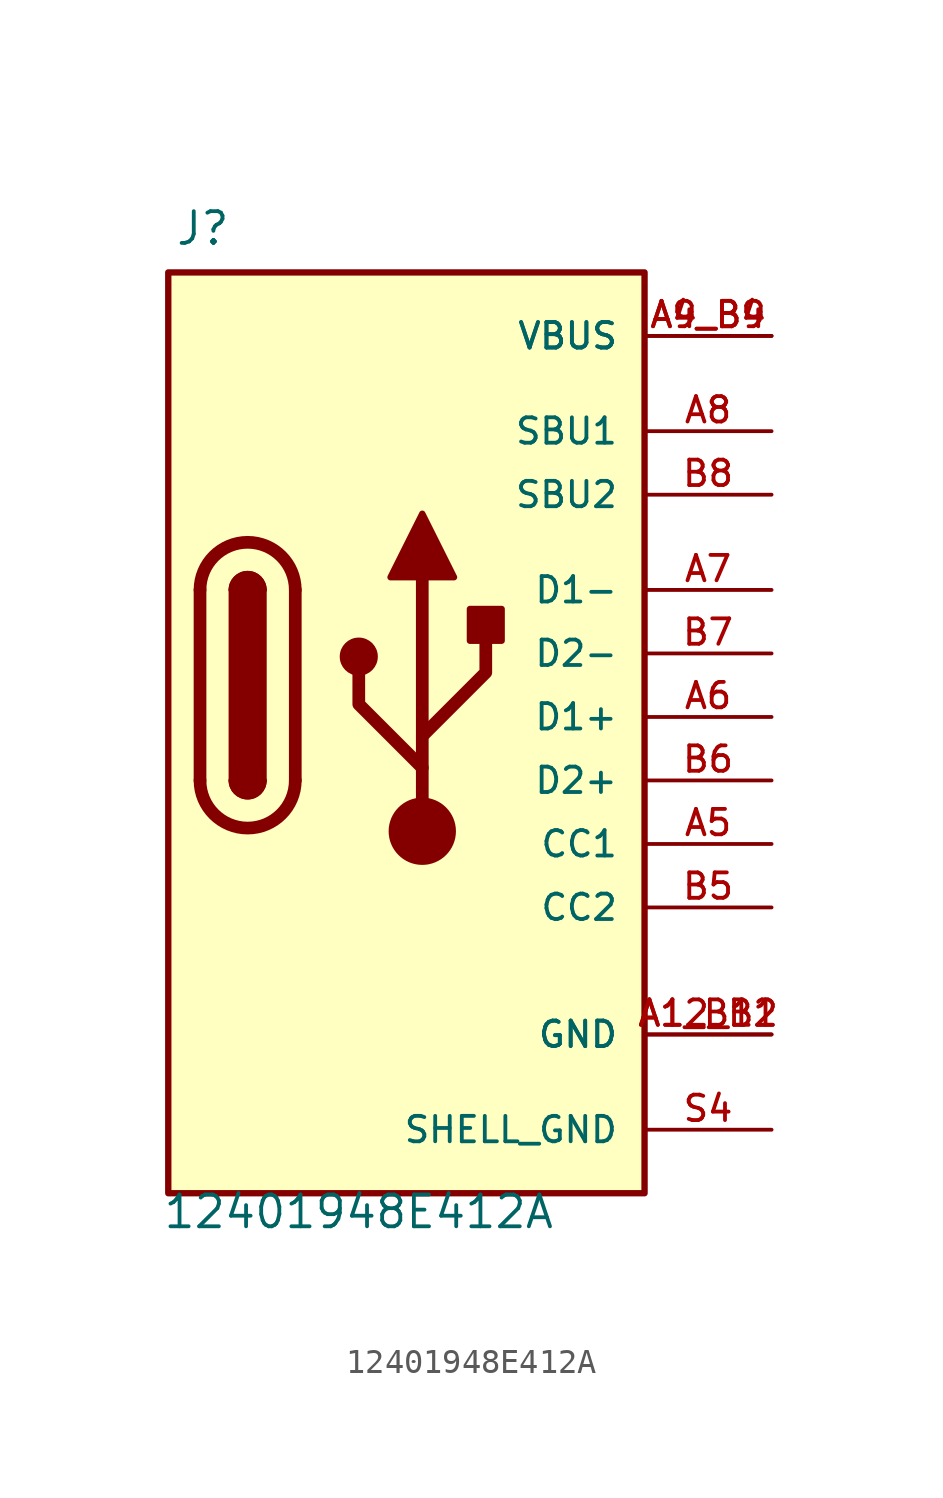
<source format=kicad_sym>
(kicad_symbol_lib
  (version 20231120)
  (generator "kicad_symbol_editor")
  (generator_version "8.0")
  (symbol "12401948E412A"
    (pin_names
      (offset 1.016))
    (property "Reference" "J"
      (at -12.446 21.336 0)
      (effects (font (size 1.27 1.27)) (justify left bottom)))
    (property "Value" "12401948E412A"
      (at -12.954 -16.51 0)
      (effects (font (size 1.27 1.27)) (justify left top)))
    (symbol "12401948E412A_0_0"
      (rectangle (start -12.7 20.32) (end 6.35 -16.51) (stroke (width 0.254) (type default)) (fill (type background)))
      (pin power_in line (at 11.43 -10.16 180) (length 5.08) (name "GND" (effects (font (size 1.016 1.016)))) (number "A12_B1" (effects (font (size 1.016 1.016)))))
      (pin power_in line (at 11.43 -10.16 180) (length 5.08) (name "GND" (effects (font (size 1.016 1.016)))) (number "A1_B12" (effects (font (size 1.016 1.016)))))
      (pin power_in line (at 11.43 17.78 180) (length 5.08) (name "VBUS" (effects (font (size 1.016 1.016)))) (number "A4_B9" (effects (font (size 1.016 1.016)))))
      (pin bidirectional line (at 11.43 -2.54 180) (length 5.08) (name "CC1" (effects (font (size 1.016 1.016)))) (number "A5" (effects (font (size 1.016 1.016)))))
      (pin bidirectional line (at 11.43 2.54 180) (length 5.08) (name "D1+" (effects (font (size 1.016 1.016)))) (number "A6" (effects (font (size 1.016 1.016)))))
      (pin bidirectional line (at 11.43 7.62 180) (length 5.08) (name "D1-" (effects (font (size 1.016 1.016)))) (number "A7" (effects (font (size 1.016 1.016)))))
      (pin bidirectional line (at 11.43 13.97 180) (length 5.08) (name "SBU1" (effects (font (size 1.016 1.016)))) (number "A8" (effects (font (size 1.016 1.016)))))
      (pin power_in line (at 11.43 17.78 180) (length 5.08) (name "VBUS" (effects (font (size 1.016 1.016)))) (number "A9_B4" (effects (font (size 1.016 1.016)))))
      (pin bidirectional line (at 11.43 -5.08 180) (length 5.08) (name "CC2" (effects (font (size 1.016 1.016)))) (number "B5" (effects (font (size 1.016 1.016)))))
      (pin bidirectional line (at 11.43 0 180) (length 5.08) (name "D2+" (effects (font (size 1.016 1.016)))) (number "B6" (effects (font (size 1.016 1.016)))))
      (pin bidirectional line (at 11.43 5.08 180) (length 5.08) (name "D2-" (effects (font (size 1.016 1.016)))) (number "B7" (effects (font (size 1.016 1.016)))))
      (pin bidirectional line (at 11.43 11.43 180) (length 5.08) (name "SBU2" (effects (font (size 1.016 1.016)))) (number "B8" (effects (font (size 1.016 1.016)))))
      (pin power_in line (at 11.43 -13.97 180) (length 5.08) (name "SHELL_GND" (effects (font (size 1.016 1.016)))) (number "S4" (effects (font (size 1.016 1.016))))))
    (symbol "12401948E412A_0_1"
      (arc (start -11.43 0) (mid -9.525 -1.8967) (end -7.62 0) (stroke (width 0.508) (type default)) (fill (type none)))
      (arc (start -10.16 0) (mid -9.525 -0.6323) (end -8.89 0) (stroke (width 0.254) (type default)) (fill (type none)))
      (arc (start -10.16 0) (mid -9.525 -0.6323) (end -8.89 0) (stroke (width 0.254) (type default)) (fill (type outline)))
      (rectangle (start -10.16 0) (end -8.89 7.62) (stroke (width 0.254) (type default)) (fill (type outline)))
      (arc (start -8.89 7.62) (mid -9.525 8.2523) (end -10.16 7.62) (stroke (width 0.254) (type default)) (fill (type none)))
      (arc (start -8.89 7.62) (mid -9.525 8.2523) (end -10.16 7.62) (stroke (width 0.254) (type default)) (fill (type outline)))
      (arc (start -7.62 7.62) (mid -9.525 9.5167) (end -11.43 7.62) (stroke (width 0.508) (type default)) (fill (type none)))
      (circle (center -5.08 4.953) (radius 0.635) (stroke (width 0.254) (type default)) (fill (type outline)))
      (circle (center -2.54 -2.032) (radius 1.27) (stroke (width 0) (type default)) (fill (type outline)))
      (rectangle (start -0.635 5.588) (end 0.635 6.858) (stroke (width 0.254) (type default)) (fill (type outline)))
      (polyline (pts (xy -11.43 0) (xy -11.43 7.62)) (stroke (width 0.508) (type default)) (fill (type none)))
      (polyline (pts (xy -7.62 7.62) (xy -7.62 0)) (stroke (width 0.508) (type default)) (fill (type none)))
      (polyline (pts (xy -2.54 -2.032) (xy -2.54 8.128)) (stroke (width 0.508) (type default)) (fill (type none)))
      (polyline (pts (xy -2.54 0.508) (xy -5.08 3.048) (xy -5.08 4.318)) (stroke (width 0.508) (type default)) (fill (type none)))
      (polyline (pts (xy -2.54 1.778) (xy 0 4.318) (xy 0 5.588)) (stroke (width 0.508) (type default)) (fill (type none)))
      (polyline (pts (xy -3.81 8.128) (xy -2.54 10.668) (xy -1.27 8.128) (xy -3.81 8.128)) (stroke (width 0.254) (type default)) (fill (type outline))))
    (symbol "12401948E412A_1_0"
      (pin power_in line (at 11.43 -13.97 180) (length 5.08) hide (name "SHELL_GND" (effects (font (size 1.016 1.016)))) (number "S1" (effects (font (size 1.016 1.016)))))
      (pin power_in line (at 11.43 -13.97 180) (length 5.08) hide (name "SHELL_GND" (effects (font (size 1.016 1.016)))) (number "S2" (effects (font (size 1.016 1.016)))))
      (pin power_in line (at 11.43 -13.97 180) (length 5.08) hide (name "SHELL_GND" (effects (font (size 1.016 1.016)))) (number "S3" (effects (font (size 1.016 1.016))))))))
</source>
